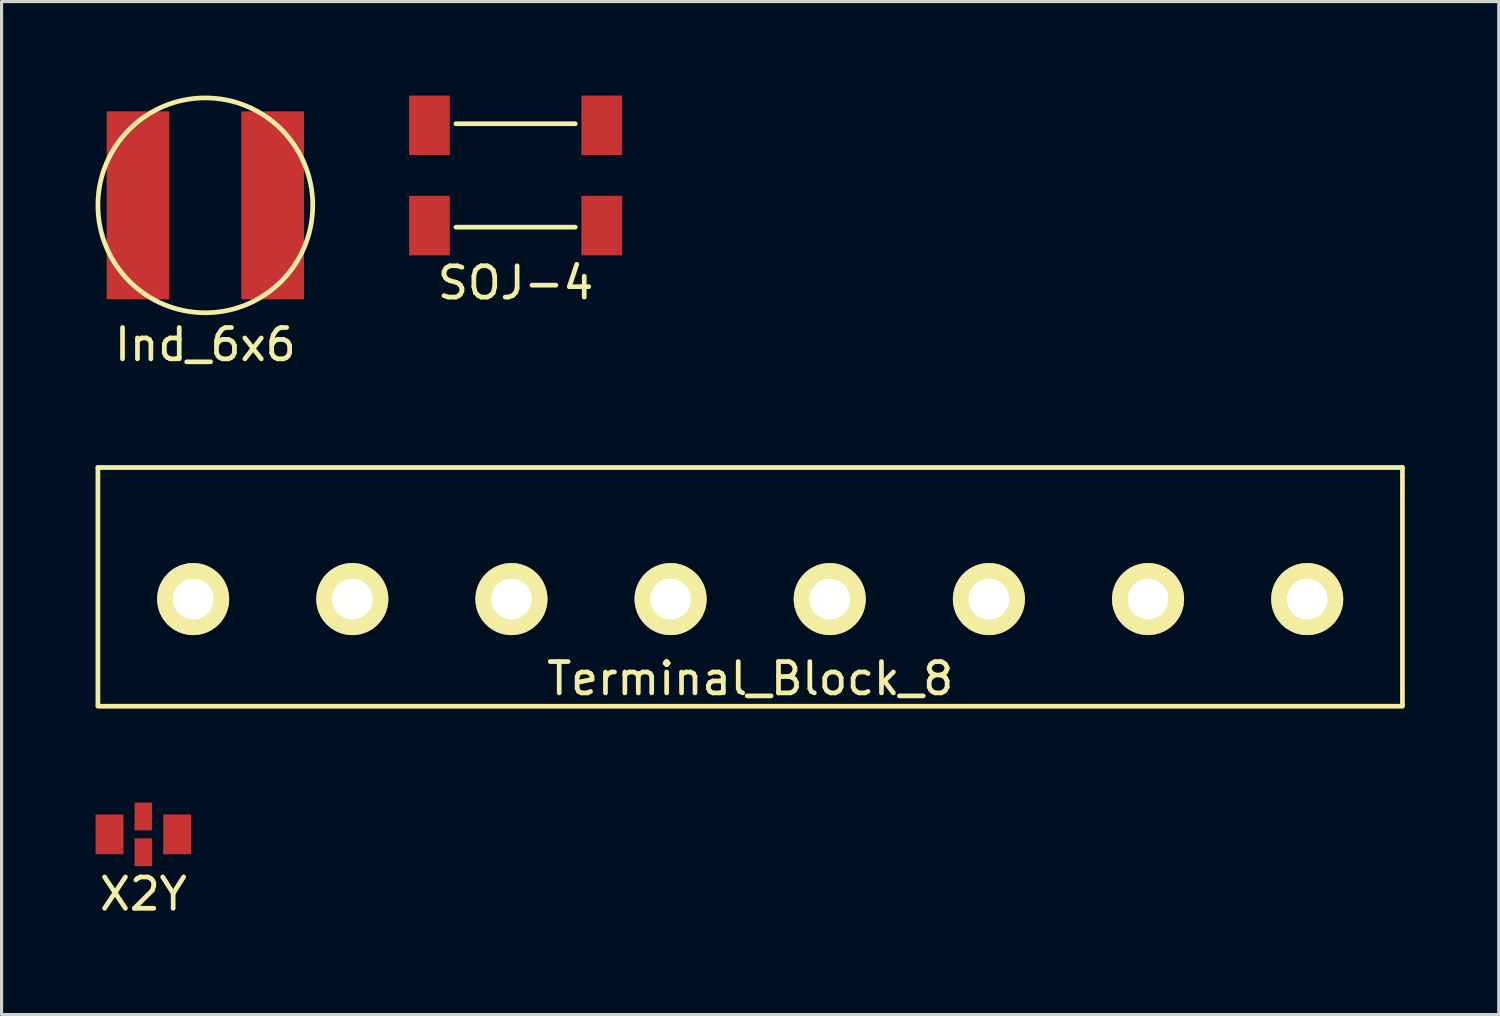
<source format=kicad_pcb>
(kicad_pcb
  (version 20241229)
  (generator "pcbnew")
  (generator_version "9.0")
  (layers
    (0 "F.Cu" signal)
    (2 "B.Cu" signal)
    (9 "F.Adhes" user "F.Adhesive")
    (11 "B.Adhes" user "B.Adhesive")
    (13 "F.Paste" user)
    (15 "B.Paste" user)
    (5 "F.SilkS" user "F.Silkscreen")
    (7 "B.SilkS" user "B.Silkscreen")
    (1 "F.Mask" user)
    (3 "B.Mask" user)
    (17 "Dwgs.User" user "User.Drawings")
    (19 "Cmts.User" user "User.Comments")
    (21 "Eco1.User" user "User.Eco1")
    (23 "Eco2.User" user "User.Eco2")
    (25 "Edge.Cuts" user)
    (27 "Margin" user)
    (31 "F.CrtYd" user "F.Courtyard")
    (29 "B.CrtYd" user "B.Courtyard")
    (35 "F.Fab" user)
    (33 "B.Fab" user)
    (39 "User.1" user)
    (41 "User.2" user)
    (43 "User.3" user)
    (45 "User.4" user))
  (footprint "SOJ-4"
    (layer "F.Cu")
    (at 13.408 2.55)
    (property "Reference" "SOJ-4" (at 0 3.429 180) (layer "F.SilkS") (effects (font (size 1 1) (thickness 0.15))))
    (attr through_hole)
    (fp_line (start -1.905 -1.651) (end 1.905 -1.651) (stroke (width 0.15) (type solid)) (layer "F.SilkS"))
    (fp_line (start -1.905 1.651) (end 1.905 1.651) (stroke (width 0.15) (type solid)) (layer "F.SilkS"))
    (pad "1" smd rect (at -2.75 1.6) (size 1.3 1.9) (layers "F.Cu" "F.Mask" "F.Paste"))
    (pad "2" smd rect (at 2.75 1.6) (size 1.3 1.9) (layers "F.Cu" "F.Mask" "F.Paste"))
    (pad "3" smd rect (at 2.75 -1.6) (size 1.3 1.9) (layers "F.Cu" "F.Mask" "F.Paste"))
    (pad "4" smd rect (at -2.75 -1.6) (size 1.3 1.9) (layers "F.Cu" "F.Mask" "F.Paste")))
  (footprint "Terminal_Block_8"
    (layer "F.Cu")
    (at 20.895 16.072)
    (property "Reference" "Terminal_Block_8" (at 0 2.54 0) (layer "F.SilkS") (effects (font (size 1 1) (thickness 0.15))))
    (attr through_hole)
    (fp_line (start -20.82 -4.2) (end -20.82 3.4) (stroke (width 0.15) (type solid)) (layer "F.SilkS"))
    (fp_line (start -20.82 -4.2) (end 20.82 -4.2) (stroke (width 0.15) (type solid)) (layer "F.SilkS"))
    (fp_line (start -20.82 3.42) (end 20.82 3.42) (stroke (width 0.15) (type solid)) (layer "F.SilkS"))
    (fp_line (start 20.82 -4.2) (end 20.82 3.4) (stroke (width 0.15) (type solid)) (layer "F.SilkS"))
    (pad "1" thru_hole circle (at -17.78 0) (size 2.3 2.3) (drill 1.3) (layers "*.Cu" "*.Mask" "F.SilkS"))
    (pad "2" thru_hole circle (at -12.7 0) (size 2.3 2.3) (drill 1.3) (layers "*.Cu" "*.Mask" "F.SilkS"))
    (pad "3" thru_hole circle (at -7.62 0) (size 2.3 2.3) (drill 1.3) (layers "*.Cu" "*.Mask" "F.SilkS"))
    (pad "4" thru_hole circle (at -2.54 0) (size 2.3 2.3) (drill 1.3) (layers "*.Cu" "*.Mask" "F.SilkS"))
    (pad "5" thru_hole circle (at 2.54 0) (size 2.3 2.3) (drill 1.3) (layers "*.Cu" "*.Mask" "F.SilkS"))
    (pad "6" thru_hole circle (at 7.62 0) (size 2.3 2.3) (drill 1.3) (layers "*.Cu" "*.Mask" "F.SilkS"))
    (pad "7" thru_hole circle (at 12.7 0) (size 2.3 2.3) (drill 1.3) (layers "*.Cu" "*.Mask" "F.SilkS"))
    (pad "8" thru_hole circle (at 17.78 0) (size 2.3 2.3) (drill 1.3) (layers "*.Cu" "*.Mask" "F.SilkS")))
  (footprint "X2Y"
    (layer "F.Cu")
    (at 1.525 23.582)
    (property "Reference" "X2Y" (at 0 1.905 0) (layer "F.SilkS") (effects (font (size 1 1) (thickness 0.15))))
    (attr through_hole)
    (pad "1" smd rect (at -1.08 0) (size 0.89 1.27) (layers "F.Cu" "F.Mask" "F.Paste"))
    (pad "2" smd rect (at 0 0.571) (size 0.56 0.888) (layers "F.Cu" "F.Mask" "F.Paste"))
    (pad "3" smd rect (at 1.08 0) (size 0.89 1.27) (layers "F.Cu" "F.Mask" "F.Paste"))
    (pad "4" smd rect (at 0 -0.571) (size 0.56 0.888) (layers "F.Cu" "F.Mask" "F.Paste")))
  (footprint "Ind_6x6"
    (layer "F.Cu")
    (at 3.504 3.504)
    (property "Reference" "Ind_6x6" (at 0 4.445 0) (layer "F.SilkS") (effects (font (size 1 1) (thickness 0.15))))
    (attr through_hole)
    (fp_circle (center 0 0) (end -3.429 0) (stroke (width 0.15) (type solid)) (fill no) (layer "F.SilkS"))
    (pad "1" smd rect (at -2.15 0) (size 2 6) (layers "F.Cu" "F.Mask" "F.Paste"))
    (pad "2" smd rect (at 2.15 0) (size 2 6) (layers "F.Cu" "F.Mask" "F.Paste")))
  (gr_rect
    (start -3 -3)
    (end 44.79 29.335)
    (stroke (width 0.1) (type default))
    (fill no)
    (layer "Edge.Cuts")))
</source>
